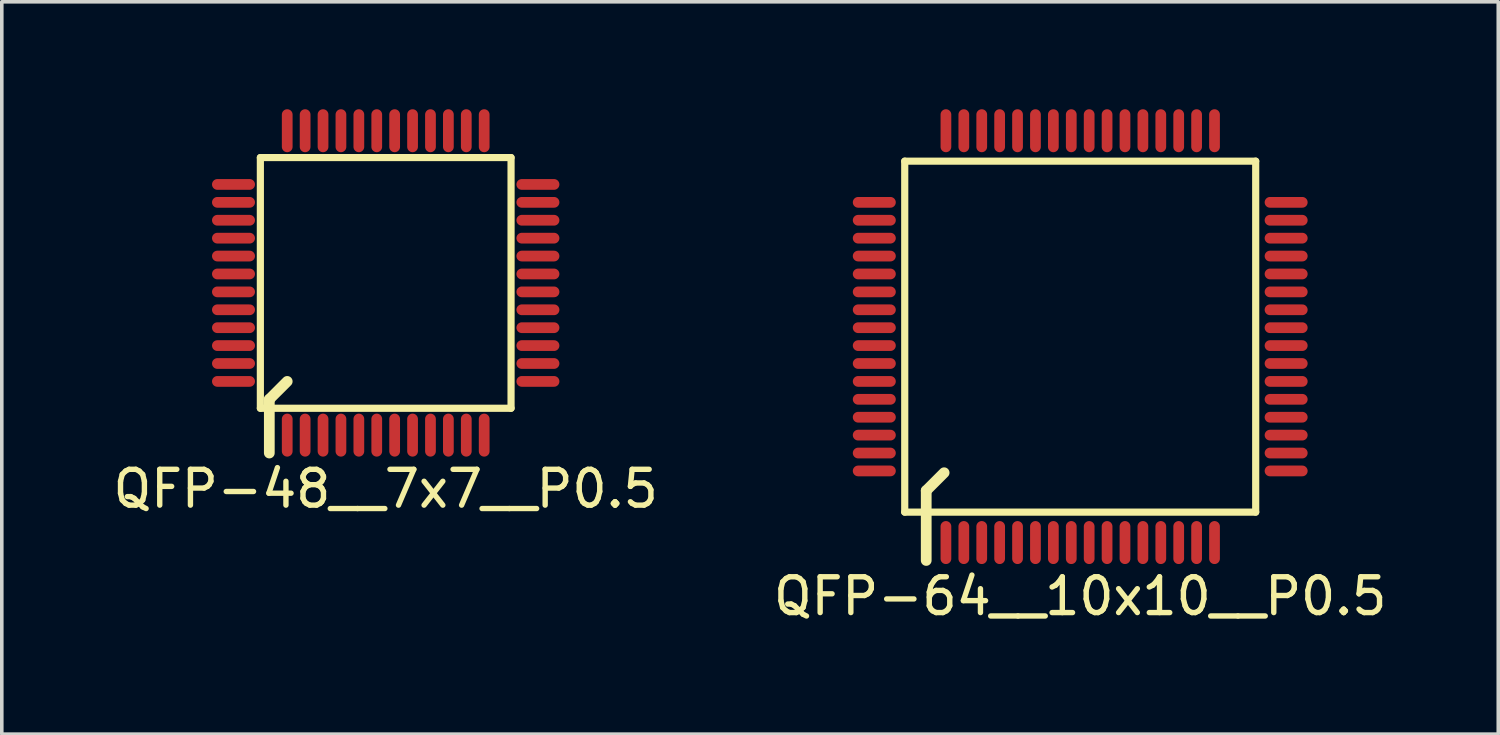
<source format=kicad_pcb>
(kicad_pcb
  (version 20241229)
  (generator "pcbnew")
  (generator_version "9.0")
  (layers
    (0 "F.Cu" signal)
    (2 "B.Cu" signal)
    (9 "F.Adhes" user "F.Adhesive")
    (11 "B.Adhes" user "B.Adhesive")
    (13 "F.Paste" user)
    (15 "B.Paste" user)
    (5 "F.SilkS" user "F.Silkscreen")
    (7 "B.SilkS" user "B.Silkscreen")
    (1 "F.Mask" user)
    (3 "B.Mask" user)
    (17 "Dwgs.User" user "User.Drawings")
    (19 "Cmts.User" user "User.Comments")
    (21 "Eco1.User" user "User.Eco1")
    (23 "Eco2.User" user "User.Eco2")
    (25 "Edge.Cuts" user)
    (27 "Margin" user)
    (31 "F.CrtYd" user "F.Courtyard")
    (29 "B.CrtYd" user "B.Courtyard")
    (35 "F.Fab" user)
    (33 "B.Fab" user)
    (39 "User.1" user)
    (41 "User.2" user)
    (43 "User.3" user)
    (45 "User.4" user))
  (footprint "QFP-48__7x7__P0.5"
    (layer "F.Cu")
    (at 7.72 4.85)
    (property "Reference" "QFP-48__7x7__P0.5" (at 0 5.75 0) (layer "F.SilkS") (effects (font (size 1 1) (thickness 0.15))))
    (attr smd)
    (fp_line (start -3.5 -3.5) (end -3.5 3.5) (stroke (width 0.2) (type solid)) (layer "F.SilkS"))
    (fp_line (start -3.5 3.5) (end 3.5 3.5) (stroke (width 0.2) (type solid)) (layer "F.SilkS"))
    (fp_line (start -3.25 3.25) (end -2.75 2.75) (stroke (width 0.3) (type solid)) (layer "F.SilkS"))
    (fp_line (start -3.25 4.75) (end -3.25 3.25) (stroke (width 0.3) (type solid)) (layer "F.SilkS"))
    (fp_line (start 3.5 -3.5) (end -3.5 -3.5) (stroke (width 0.2) (type solid)) (layer "F.SilkS"))
    (fp_line (start 3.5 3.5) (end 3.5 -3.5) (stroke (width 0.2) (type solid)) (layer "F.SilkS"))
    (pad "1" smd oval (at -2.75 4.25 90) (size 1.2 0.3) (layers "F.Cu" "F.Mask" "F.Paste"))
    (pad "2" smd oval (at -2.25 4.25 90) (size 1.2 0.3) (layers "F.Cu" "F.Mask" "F.Paste"))
    (pad "3" smd oval (at -1.75 4.25 90) (size 1.2 0.3) (layers "F.Cu" "F.Mask" "F.Paste"))
    (pad "4" smd oval (at -1.25 4.25 90) (size 1.2 0.3) (layers "F.Cu" "F.Mask" "F.Paste"))
    (pad "5" smd oval (at -0.75 4.25 90) (size 1.2 0.3) (layers "F.Cu" "F.Mask" "F.Paste"))
    (pad "6" smd oval (at -0.25 4.25 90) (size 1.2 0.3) (layers "F.Cu" "F.Mask" "F.Paste"))
    (pad "7" smd oval (at 0.25 4.25 90) (size 1.2 0.3) (layers "F.Cu" "F.Mask" "F.Paste"))
    (pad "8" smd oval (at 0.75 4.25 90) (size 1.2 0.3) (layers "F.Cu" "F.Mask" "F.Paste"))
    (pad "9" smd oval (at 1.25 4.25 90) (size 1.2 0.3) (layers "F.Cu" "F.Mask" "F.Paste"))
    (pad "10" smd oval (at 1.75 4.25 90) (size 1.2 0.3) (layers "F.Cu" "F.Mask" "F.Paste"))
    (pad "11" smd oval (at 2.25 4.25 90) (size 1.2 0.3) (layers "F.Cu" "F.Mask" "F.Paste"))
    (pad "12" smd oval (at 2.75 4.25 90) (size 1.2 0.3) (layers "F.Cu" "F.Mask" "F.Paste"))
    (pad "13" smd oval (at 4.25 2.75) (size 1.2 0.3) (layers "F.Cu" "F.Mask" "F.Paste"))
    (pad "14" smd oval (at 4.25 2.25) (size 1.2 0.3) (layers "F.Cu" "F.Mask" "F.Paste"))
    (pad "15" smd oval (at 4.25 1.75) (size 1.2 0.3) (layers "F.Cu" "F.Mask" "F.Paste"))
    (pad "16" smd oval (at 4.25 1.25) (size 1.2 0.3) (layers "F.Cu" "F.Mask" "F.Paste"))
    (pad "17" smd oval (at 4.25 0.75) (size 1.2 0.3) (layers "F.Cu" "F.Mask" "F.Paste"))
    (pad "18" smd oval (at 4.25 0.25) (size 1.2 0.3) (layers "F.Cu" "F.Mask" "F.Paste"))
    (pad "19" smd oval (at 4.25 -0.25) (size 1.2 0.3) (layers "F.Cu" "F.Mask" "F.Paste"))
    (pad "20" smd oval (at 4.25 -0.75) (size 1.2 0.3) (layers "F.Cu" "F.Mask" "F.Paste"))
    (pad "21" smd oval (at 4.25 -1.25) (size 1.2 0.3) (layers "F.Cu" "F.Mask" "F.Paste"))
    (pad "22" smd oval (at 4.25 -1.75) (size 1.2 0.3) (layers "F.Cu" "F.Mask" "F.Paste"))
    (pad "23" smd oval (at 4.25 -2.25) (size 1.2 0.3) (layers "F.Cu" "F.Mask" "F.Paste"))
    (pad "24" smd oval (at 4.25 -2.75) (size 1.2 0.3) (layers "F.Cu" "F.Mask" "F.Paste"))
    (pad "25" smd oval (at 2.75 -4.25 90) (size 1.2 0.3) (layers "F.Cu" "F.Mask" "F.Paste"))
    (pad "26" smd oval (at 2.25 -4.25 90) (size 1.2 0.3) (layers "F.Cu" "F.Mask" "F.Paste"))
    (pad "27" smd oval (at 1.75 -4.25 90) (size 1.2 0.3) (layers "F.Cu" "F.Mask" "F.Paste"))
    (pad "28" smd oval (at 1.25 -4.25 90) (size 1.2 0.3) (layers "F.Cu" "F.Mask" "F.Paste"))
    (pad "29" smd oval (at 0.75 -4.25 90) (size 1.2 0.3) (layers "F.Cu" "F.Mask" "F.Paste"))
    (pad "30" smd oval (at 0.25 -4.25 90) (size 1.2 0.3) (layers "F.Cu" "F.Mask" "F.Paste"))
    (pad "31" smd oval (at -0.25 -4.25 90) (size 1.2 0.3) (layers "F.Cu" "F.Mask" "F.Paste"))
    (pad "32" smd oval (at -0.75 -4.25 90) (size 1.2 0.3) (layers "F.Cu" "F.Mask" "F.Paste"))
    (pad "33" smd oval (at -1.25 -4.25 90) (size 1.2 0.3) (layers "F.Cu" "F.Mask" "F.Paste"))
    (pad "34" smd oval (at -1.75 -4.25 90) (size 1.2 0.3) (layers "F.Cu" "F.Mask" "F.Paste"))
    (pad "35" smd oval (at -2.25 -4.25 90) (size 1.2 0.3) (layers "F.Cu" "F.Mask" "F.Paste"))
    (pad "36" smd oval (at -2.75 -4.25 90) (size 1.2 0.3) (layers "F.Cu" "F.Mask" "F.Paste"))
    (pad "37" smd oval (at -4.25 -2.75) (size 1.2 0.3) (layers "F.Cu" "F.Mask" "F.Paste"))
    (pad "38" smd oval (at -4.25 -2.25) (size 1.2 0.3) (layers "F.Cu" "F.Mask" "F.Paste"))
    (pad "39" smd oval (at -4.25 -1.75) (size 1.2 0.3) (layers "F.Cu" "F.Mask" "F.Paste"))
    (pad "40" smd oval (at -4.25 -1.25) (size 1.2 0.3) (layers "F.Cu" "F.Mask" "F.Paste"))
    (pad "41" smd oval (at -4.25 -0.75) (size 1.2 0.3) (layers "F.Cu" "F.Mask" "F.Paste"))
    (pad "42" smd oval (at -4.25 -0.25) (size 1.2 0.3) (layers "F.Cu" "F.Mask" "F.Paste"))
    (pad "43" smd oval (at -4.25 0.25) (size 1.2 0.3) (layers "F.Cu" "F.Mask" "F.Paste"))
    (pad "44" smd oval (at -4.25 0.75) (size 1.2 0.3) (layers "F.Cu" "F.Mask" "F.Paste"))
    (pad "45" smd oval (at -4.25 1.25) (size 1.2 0.3) (layers "F.Cu" "F.Mask" "F.Paste"))
    (pad "46" smd oval (at -4.25 1.75) (size 1.2 0.3) (layers "F.Cu" "F.Mask" "F.Paste"))
    (pad "47" smd oval (at -4.25 2.25) (size 1.2 0.3) (layers "F.Cu" "F.Mask" "F.Paste"))
    (pad "48" smd oval (at -4.25 2.75) (size 1.2 0.3) (layers "F.Cu" "F.Mask" "F.Paste")))
  (footprint "QFP-64__10x10__P0.5"
    (layer "F.Cu")
    (at 27.113 6.35)
    (property "Reference" "QFP-64__10x10__P0.5" (at 0 7.25 0) (layer "F.SilkS") (effects (font (size 1 1) (thickness 0.15))))
    (attr smd)
    (fp_line (start -4.9 -4.9) (end -4.9 4.9) (stroke (width 0.2) (type solid)) (layer "F.SilkS"))
    (fp_line (start -4.9 4.9) (end 4.9 4.9) (stroke (width 0.2) (type solid)) (layer "F.SilkS"))
    (fp_line (start -4.3 4.3) (end -3.8 3.8) (stroke (width 0.3) (type solid)) (layer "F.SilkS"))
    (fp_line (start -4.3 6.25) (end -4.3 4.3) (stroke (width 0.3) (type solid)) (layer "F.SilkS"))
    (fp_line (start 4.9 -4.9) (end -4.9 -4.9) (stroke (width 0.2) (type solid)) (layer "F.SilkS"))
    (fp_line (start 4.9 4.9) (end 4.9 -4.9) (stroke (width 0.2) (type solid)) (layer "F.SilkS"))
    (pad "1" smd oval (at -3.75 5.75 90) (size 1.2 0.3) (layers "F.Cu" "F.Mask" "F.Paste"))
    (pad "2" smd oval (at -3.25 5.75 90) (size 1.2 0.3) (layers "F.Cu" "F.Mask" "F.Paste"))
    (pad "3" smd oval (at -2.75 5.75 90) (size 1.2 0.3) (layers "F.Cu" "F.Mask" "F.Paste"))
    (pad "4" smd oval (at -2.25 5.75 90) (size 1.2 0.3) (layers "F.Cu" "F.Mask" "F.Paste"))
    (pad "5" smd oval (at -1.75 5.75 90) (size 1.2 0.3) (layers "F.Cu" "F.Mask" "F.Paste"))
    (pad "6" smd oval (at -1.25 5.75 90) (size 1.2 0.3) (layers "F.Cu" "F.Mask" "F.Paste"))
    (pad "7" smd oval (at -0.75 5.75 90) (size 1.2 0.3) (layers "F.Cu" "F.Mask" "F.Paste"))
    (pad "8" smd oval (at -0.25 5.75 90) (size 1.2 0.3) (layers "F.Cu" "F.Mask" "F.Paste"))
    (pad "9" smd oval (at 0.25 5.75 90) (size 1.2 0.3) (layers "F.Cu" "F.Mask" "F.Paste"))
    (pad "10" smd oval (at 0.75 5.75 90) (size 1.2 0.3) (layers "F.Cu" "F.Mask" "F.Paste"))
    (pad "11" smd oval (at 1.25 5.75 90) (size 1.2 0.3) (layers "F.Cu" "F.Mask" "F.Paste"))
    (pad "12" smd oval (at 1.75 5.75 90) (size 1.2 0.3) (layers "F.Cu" "F.Mask" "F.Paste"))
    (pad "13" smd oval (at 2.25 5.75 90) (size 1.2 0.3) (layers "F.Cu" "F.Mask" "F.Paste"))
    (pad "14" smd oval (at 2.75 5.75 90) (size 1.2 0.3) (layers "F.Cu" "F.Mask" "F.Paste"))
    (pad "15" smd oval (at 3.25 5.75 90) (size 1.2 0.3) (layers "F.Cu" "F.Mask" "F.Paste"))
    (pad "16" smd oval (at 3.75 5.75 90) (size 1.2 0.3) (layers "F.Cu" "F.Mask" "F.Paste"))
    (pad "17" smd oval (at 5.75 3.75) (size 1.2 0.3) (layers "F.Cu" "F.Mask" "F.Paste"))
    (pad "18" smd oval (at 5.75 3.25) (size 1.2 0.3) (layers "F.Cu" "F.Mask" "F.Paste"))
    (pad "19" smd oval (at 5.75 2.75) (size 1.2 0.3) (layers "F.Cu" "F.Mask" "F.Paste"))
    (pad "20" smd oval (at 5.75 2.25) (size 1.2 0.3) (layers "F.Cu" "F.Mask" "F.Paste"))
    (pad "21" smd oval (at 5.75 1.75) (size 1.2 0.3) (layers "F.Cu" "F.Mask" "F.Paste"))
    (pad "22" smd oval (at 5.75 1.25) (size 1.2 0.3) (layers "F.Cu" "F.Mask" "F.Paste"))
    (pad "23" smd oval (at 5.75 0.75) (size 1.2 0.3) (layers "F.Cu" "F.Mask" "F.Paste"))
    (pad "24" smd oval (at 5.75 0.25) (size 1.2 0.3) (layers "F.Cu" "F.Mask" "F.Paste"))
    (pad "25" smd oval (at 5.75 -0.25) (size 1.2 0.3) (layers "F.Cu" "F.Mask" "F.Paste"))
    (pad "26" smd oval (at 5.75 -0.75) (size 1.2 0.3) (layers "F.Cu" "F.Mask" "F.Paste"))
    (pad "27" smd oval (at 5.75 -1.25) (size 1.2 0.3) (layers "F.Cu" "F.Mask" "F.Paste"))
    (pad "28" smd oval (at 5.75 -1.75) (size 1.2 0.3) (layers "F.Cu" "F.Mask" "F.Paste"))
    (pad "29" smd oval (at 5.75 -2.25) (size 1.2 0.3) (layers "F.Cu" "F.Mask" "F.Paste"))
    (pad "30" smd oval (at 5.75 -2.75) (size 1.2 0.3) (layers "F.Cu" "F.Mask" "F.Paste"))
    (pad "31" smd oval (at 5.75 -3.25) (size 1.2 0.3) (layers "F.Cu" "F.Mask" "F.Paste"))
    (pad "32" smd oval (at 5.75 -3.75) (size 1.2 0.3) (layers "F.Cu" "F.Mask" "F.Paste"))
    (pad "33" smd oval (at 3.75 -5.75 90) (size 1.2 0.3) (layers "F.Cu" "F.Mask" "F.Paste"))
    (pad "34" smd oval (at 3.25 -5.75 90) (size 1.2 0.3) (layers "F.Cu" "F.Mask" "F.Paste"))
    (pad "35" smd oval (at 2.75 -5.75 90) (size 1.2 0.3) (layers "F.Cu" "F.Mask" "F.Paste"))
    (pad "36" smd oval (at 2.25 -5.75 90) (size 1.2 0.3) (layers "F.Cu" "F.Mask" "F.Paste"))
    (pad "37" smd oval (at 1.75 -5.75 90) (size 1.2 0.3) (layers "F.Cu" "F.Mask" "F.Paste"))
    (pad "38" smd oval (at 1.25 -5.75 90) (size 1.2 0.3) (layers "F.Cu" "F.Mask" "F.Paste"))
    (pad "39" smd oval (at 0.75 -5.75 90) (size 1.2 0.3) (layers "F.Cu" "F.Mask" "F.Paste"))
    (pad "40" smd oval (at 0.25 -5.75 90) (size 1.2 0.3) (layers "F.Cu" "F.Mask" "F.Paste"))
    (pad "41" smd oval (at -0.25 -5.75 90) (size 1.2 0.3) (layers "F.Cu" "F.Mask" "F.Paste"))
    (pad "42" smd oval (at -0.75 -5.75 90) (size 1.2 0.3) (layers "F.Cu" "F.Mask" "F.Paste"))
    (pad "43" smd oval (at -1.25 -5.75 90) (size 1.2 0.3) (layers "F.Cu" "F.Mask" "F.Paste"))
    (pad "44" smd oval (at -1.75 -5.75 90) (size 1.2 0.3) (layers "F.Cu" "F.Mask" "F.Paste"))
    (pad "45" smd oval (at -2.25 -5.75 90) (size 1.2 0.3) (layers "F.Cu" "F.Mask" "F.Paste"))
    (pad "46" smd oval (at -2.75 -5.75 90) (size 1.2 0.3) (layers "F.Cu" "F.Mask" "F.Paste"))
    (pad "47" smd oval (at -3.25 -5.75 90) (size 1.2 0.3) (layers "F.Cu" "F.Mask" "F.Paste"))
    (pad "48" smd oval (at -3.75 -5.75 90) (size 1.2 0.3) (layers "F.Cu" "F.Mask" "F.Paste"))
    (pad "49" smd oval (at -5.75 -3.75) (size 1.2 0.3) (layers "F.Cu" "F.Mask" "F.Paste"))
    (pad "50" smd oval (at -5.75 -3.25) (size 1.2 0.3) (layers "F.Cu" "F.Mask" "F.Paste"))
    (pad "51" smd oval (at -5.75 -2.75) (size 1.2 0.3) (layers "F.Cu" "F.Mask" "F.Paste"))
    (pad "52" smd oval (at -5.75 -2.25) (size 1.2 0.3) (layers "F.Cu" "F.Mask" "F.Paste"))
    (pad "53" smd oval (at -5.75 -1.75) (size 1.2 0.3) (layers "F.Cu" "F.Mask" "F.Paste"))
    (pad "54" smd oval (at -5.75 -1.25) (size 1.2 0.3) (layers "F.Cu" "F.Mask" "F.Paste"))
    (pad "55" smd oval (at -5.75 -0.75) (size 1.2 0.3) (layers "F.Cu" "F.Mask" "F.Paste"))
    (pad "56" smd oval (at -5.75 -0.25) (size 1.2 0.3) (layers "F.Cu" "F.Mask" "F.Paste"))
    (pad "57" smd oval (at -5.75 0.25) (size 1.2 0.3) (layers "F.Cu" "F.Mask" "F.Paste"))
    (pad "58" smd oval (at -5.75 0.75) (size 1.2 0.3) (layers "F.Cu" "F.Mask" "F.Paste"))
    (pad "59" smd oval (at -5.75 1.25) (size 1.2 0.3) (layers "F.Cu" "F.Mask" "F.Paste"))
    (pad "60" smd oval (at -5.75 1.75) (size 1.2 0.3) (layers "F.Cu" "F.Mask" "F.Paste"))
    (pad "61" smd oval (at -5.75 2.25) (size 1.2 0.3) (layers "F.Cu" "F.Mask" "F.Paste"))
    (pad "62" smd oval (at -5.75 2.75) (size 1.2 0.3) (layers "F.Cu" "F.Mask" "F.Paste"))
    (pad "63" smd oval (at -5.75 3.25) (size 1.2 0.3) (layers "F.Cu" "F.Mask" "F.Paste"))
    (pad "64" smd oval (at -5.75 3.75) (size 1.2 0.3) (layers "F.Cu" "F.Mask" "F.Paste")))
  (gr_rect
    (start -3 -3)
    (end 38.786 17.448)
    (stroke (width 0.1) (type default))
    (fill no)
    (layer "Edge.Cuts")))
</source>
